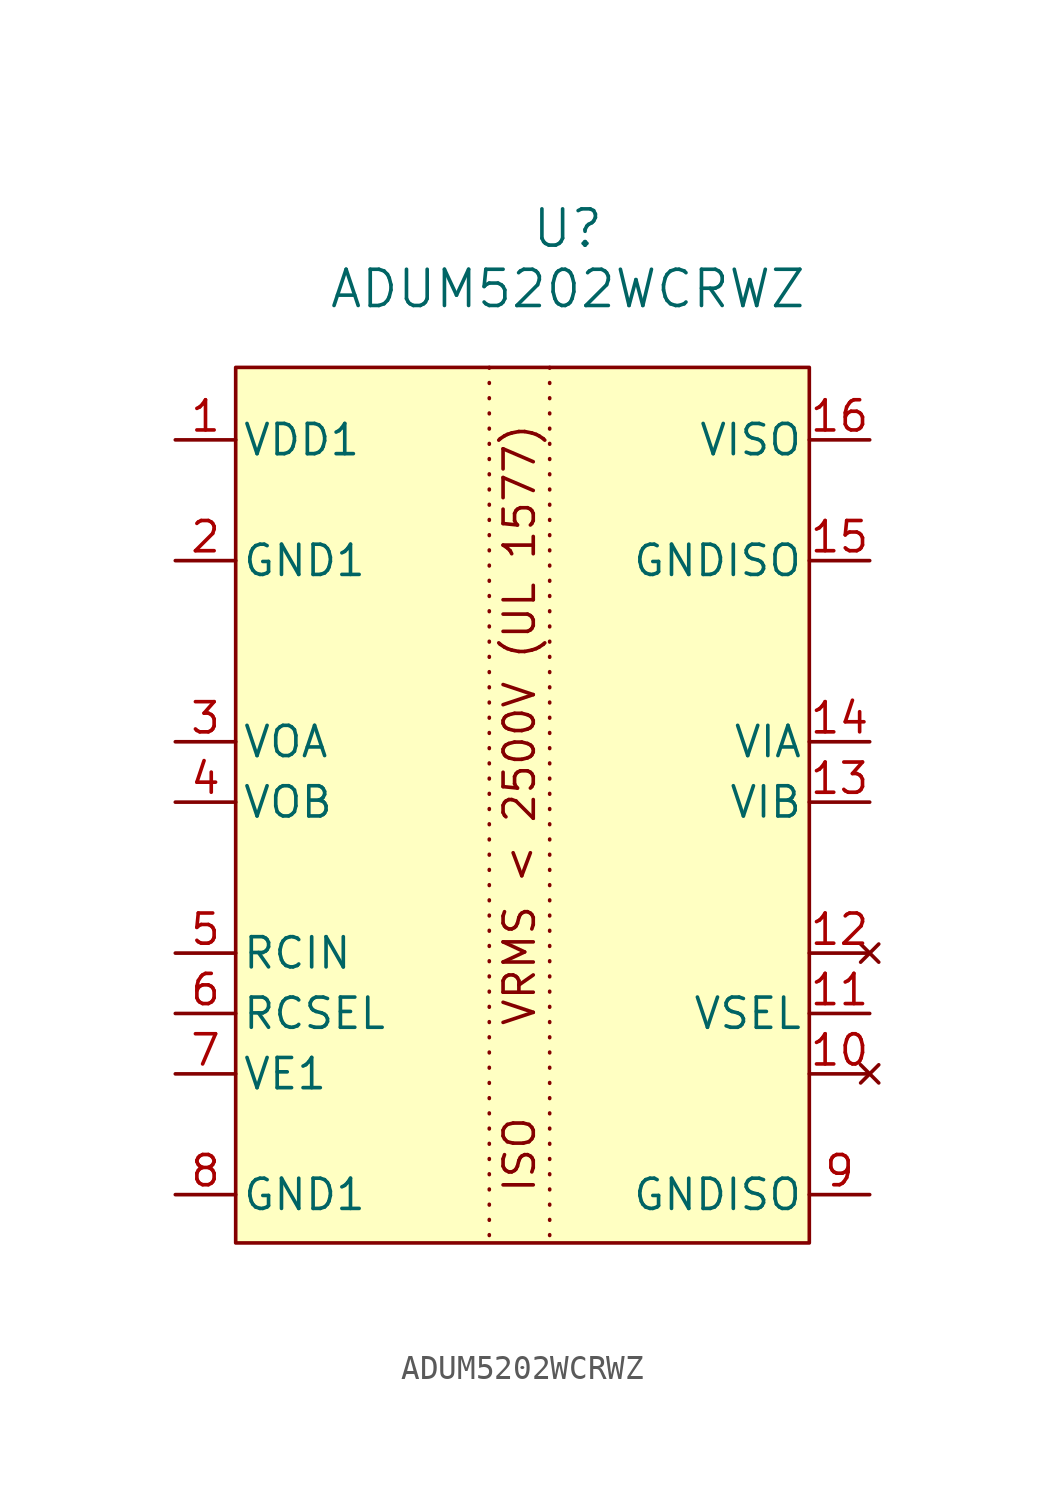
<source format=kicad_sym>
(kicad_symbol_lib
  (version 20231120)
  (generator "kicad_symbol_editor")
  (generator_version "8.0")
  (symbol "ADUM5202WCRWZ"
    (pin_names
      (offset 0.254))
    (property "Reference" "U"
      (at 13.97 5.08 0)
      (effects (font (size 1.524 1.524))))
    (property "Value" "ADUM5202WCRWZ"
      (at 13.97 2.54 0)
      (effects (font (size 1.524 1.524))))
    (symbol "ADUM5202WCRWZ_0_1"
      (pin power_in line (at -2.54 -3.81 0) (length 2.54) (name "VDD1" (effects (font (size 1.27 1.27)))) (number "1" (effects (font (size 1.27 1.27)))))
      (pin power_out line (at -2.54 -8.89 0) (length 2.54) (name "GND1" (effects (font (size 1.27 1.27)))) (number "2" (effects (font (size 1.27 1.27)))))
      (pin unspecified line (at -2.54 -16.51 0) (length 2.54) (name "VOA" (effects (font (size 1.27 1.27)))) (number "3" (effects (font (size 1.27 1.27)))))
      (pin unspecified line (at -2.54 -19.05 0) (length 2.54) (name "VOB" (effects (font (size 1.27 1.27)))) (number "4" (effects (font (size 1.27 1.27)))))
      (pin unspecified line (at -2.54 -25.4 0) (length 2.54) (name "RCIN" (effects (font (size 1.27 1.27)))) (number "5" (effects (font (size 1.27 1.27)))))
      (pin unspecified line (at -2.54 -27.94 0) (length 2.54) (name "RCSEL" (effects (font (size 1.27 1.27)))) (number "6" (effects (font (size 1.27 1.27)))))
      (pin unspecified line (at -2.54 -30.48 0) (length 2.54) (name "VE1" (effects (font (size 1.27 1.27)))) (number "7" (effects (font (size 1.27 1.27)))))
      (pin power_out line (at -2.54 -35.56 0) (length 2.54) (name "GND1" (effects (font (size 1.27 1.27)))) (number "8" (effects (font (size 1.27 1.27))))))
    (symbol "ADUM5202WCRWZ_1_1"
      (rectangle (start 0 -0.762) (end 24.13 -37.592) (stroke (width 0) (type default)) (fill (type background)))
      (polyline (pts (xy 10.668 -0.762) (xy 10.668 -37.592)) (stroke (width 0) (type dot)) (fill (type none)))
      (polyline (pts (xy 13.208 -0.762) (xy 13.208 -37.592)) (stroke (width 0) (type dot)) (fill (type none)))
      (text "ISO    VRMS < 2500V (UL 1577)" (at 11.938 -19.304 900) (effects (font (size 1.27 1.27))))
      (pin no_connect line (at 26.67 -30.48 180) (length 2.54) (name "" (effects (font (size 1.27 1.27)))) (number "10" (effects (font (size 1.27 1.27)))))
      (pin unspecified line (at 26.67 -27.94 180) (length 2.54) (name "VSEL" (effects (font (size 1.27 1.27)))) (number "11" (effects (font (size 1.27 1.27)))))
      (pin no_connect line (at 26.67 -25.4 180) (length 2.54) (name "" (effects (font (size 1.27 1.27)))) (number "12" (effects (font (size 1.27 1.27)))))
      (pin unspecified line (at 26.67 -19.05 180) (length 2.54) (name "VIB" (effects (font (size 1.27 1.27)))) (number "13" (effects (font (size 1.27 1.27)))))
      (pin unspecified line (at 26.67 -16.51 180) (length 2.54) (name "VIA" (effects (font (size 1.27 1.27)))) (number "14" (effects (font (size 1.27 1.27)))))
      (pin unspecified line (at 26.67 -8.89 180) (length 2.54) (name "GNDISO" (effects (font (size 1.27 1.27)))) (number "15" (effects (font (size 1.27 1.27)))))
      (pin unspecified line (at 26.67 -3.81 180) (length 2.54) (name "VISO" (effects (font (size 1.27 1.27)))) (number "16" (effects (font (size 1.27 1.27)))))
      (pin power_out line (at 26.67 -35.56 180) (length 2.54) (name "GNDISO" (effects (font (size 1.27 1.27)))) (number "9" (effects (font (size 1.27 1.27))))))))
</source>
